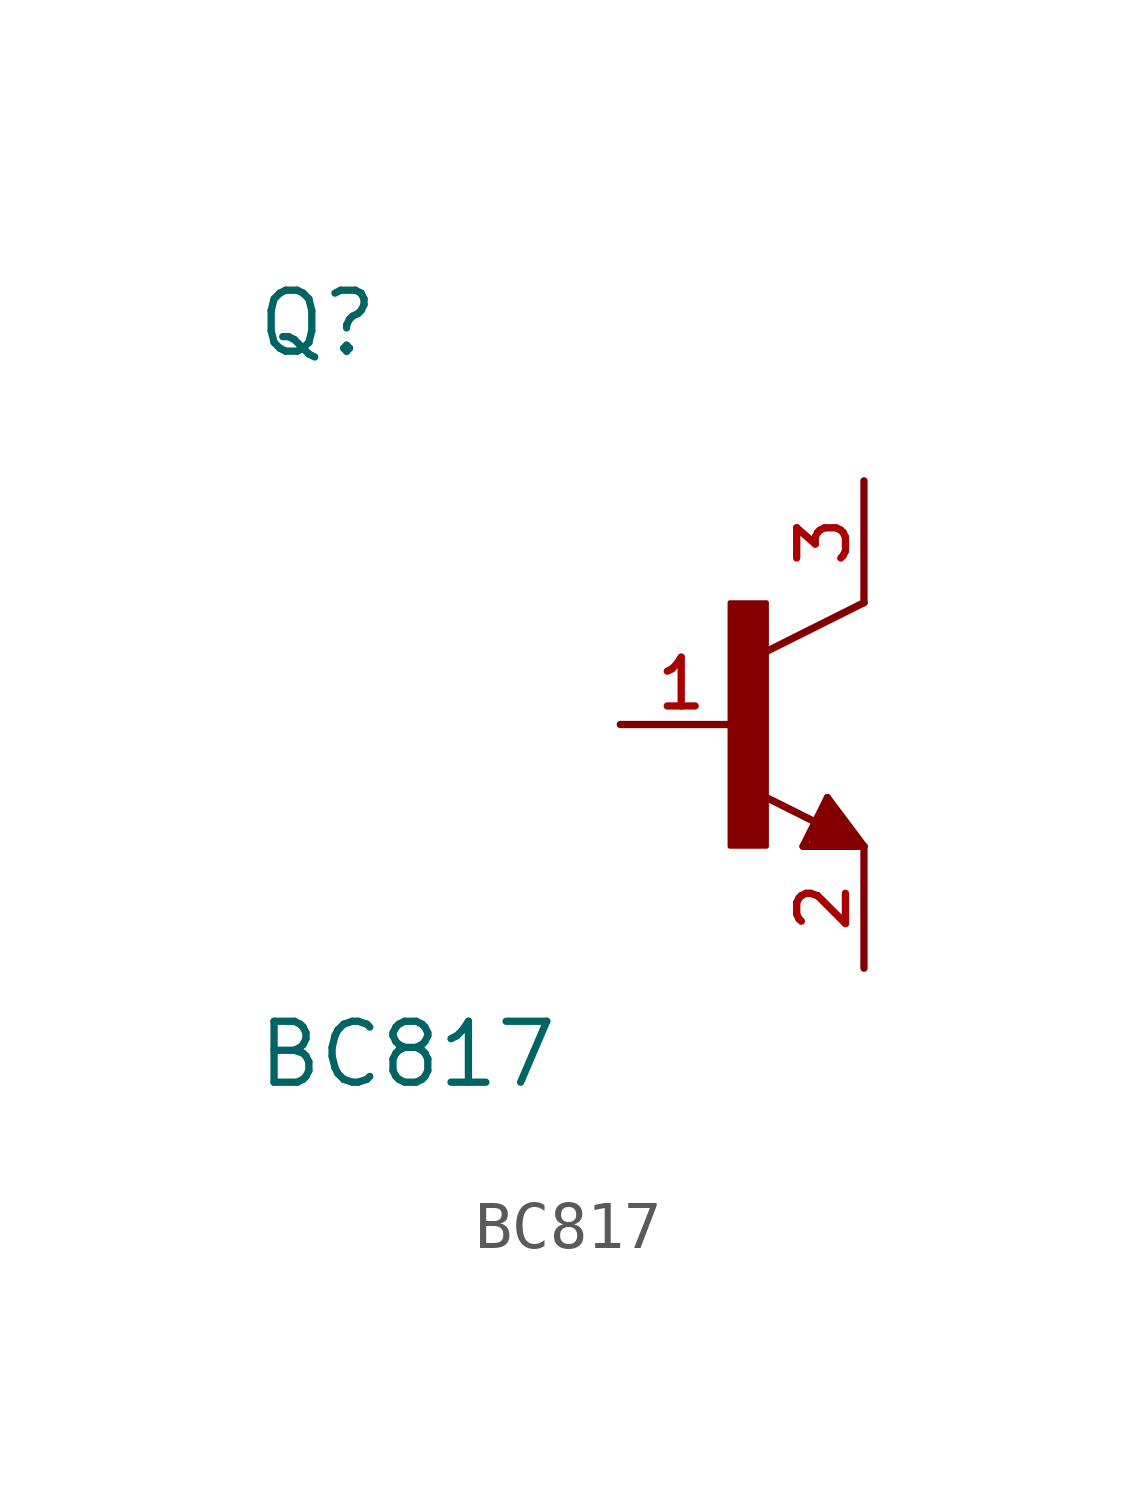
<source format=kicad_sym>
(kicad_symbol_lib
  (version 20211014)
  (generator kicad_symbol_editor)
  (symbol "BC817"
    (pin_names
      (offset 1.016))
    (property "Reference" "Q"
      (at -10.16 7.62 0)
      (effects (font (size 1.27 1.27)) (justify bottom left)))
    (property "Value" "BC817"
      (at -10.16 -7.62 0)
      (effects (font (size 1.27 1.27)) (justify bottom left)))
    (symbol "BC817_0_0"
      (polyline (pts (xy 2.54 2.54) (xy 0.508 1.524)) (stroke (width 0.152)))
      (polyline (pts (xy 1.778 -1.524) (xy 2.54 -2.54)) (stroke (width 0.152)))
      (polyline (pts (xy 2.54 -2.54) (xy 1.27 -2.54)) (stroke (width 0.152)))
      (polyline (pts (xy 1.27 -2.54) (xy 1.778 -1.524)) (stroke (width 0.152)))
      (polyline (pts (xy 1.54 -2.04) (xy 0.308 -1.424)) (stroke (width 0.152)))
      (polyline (pts (xy 1.524 -2.413) (xy 2.286 -2.413)) (stroke (width 0.254)))
      (polyline (pts (xy 2.286 -2.413) (xy 1.778 -1.778)) (stroke (width 0.254)))
      (polyline (pts (xy 1.778 -1.778) (xy 1.524 -2.286)) (stroke (width 0.254)))
      (polyline (pts (xy 1.524 -2.286) (xy 1.905 -2.286)) (stroke (width 0.254)))
      (polyline (pts (xy 1.905 -2.286) (xy 1.778 -2.032)) (stroke (width 0.254)))
      (rectangle (start -0.254 -2.54) (end 0.508 2.54) (stroke (width 0.1)) (fill (type outline)))
      (pin passive line (at -2.54 0.0 0) (length 2.54) (name "~" (effects (font (size 1.016 1.016)))) (number "1" (effects (font (size 1.016 1.016)))))
      (pin passive line (at 2.54 -5.08 90.0) (length 2.54) (name "~" (effects (font (size 1.016 1.016)))) (number "2" (effects (font (size 1.016 1.016)))))
      (pin passive line (at 2.54 5.08 270.0) (length 2.54) (name "~" (effects (font (size 1.016 1.016)))) (number "3" (effects (font (size 1.016 1.016))))))))
</source>
